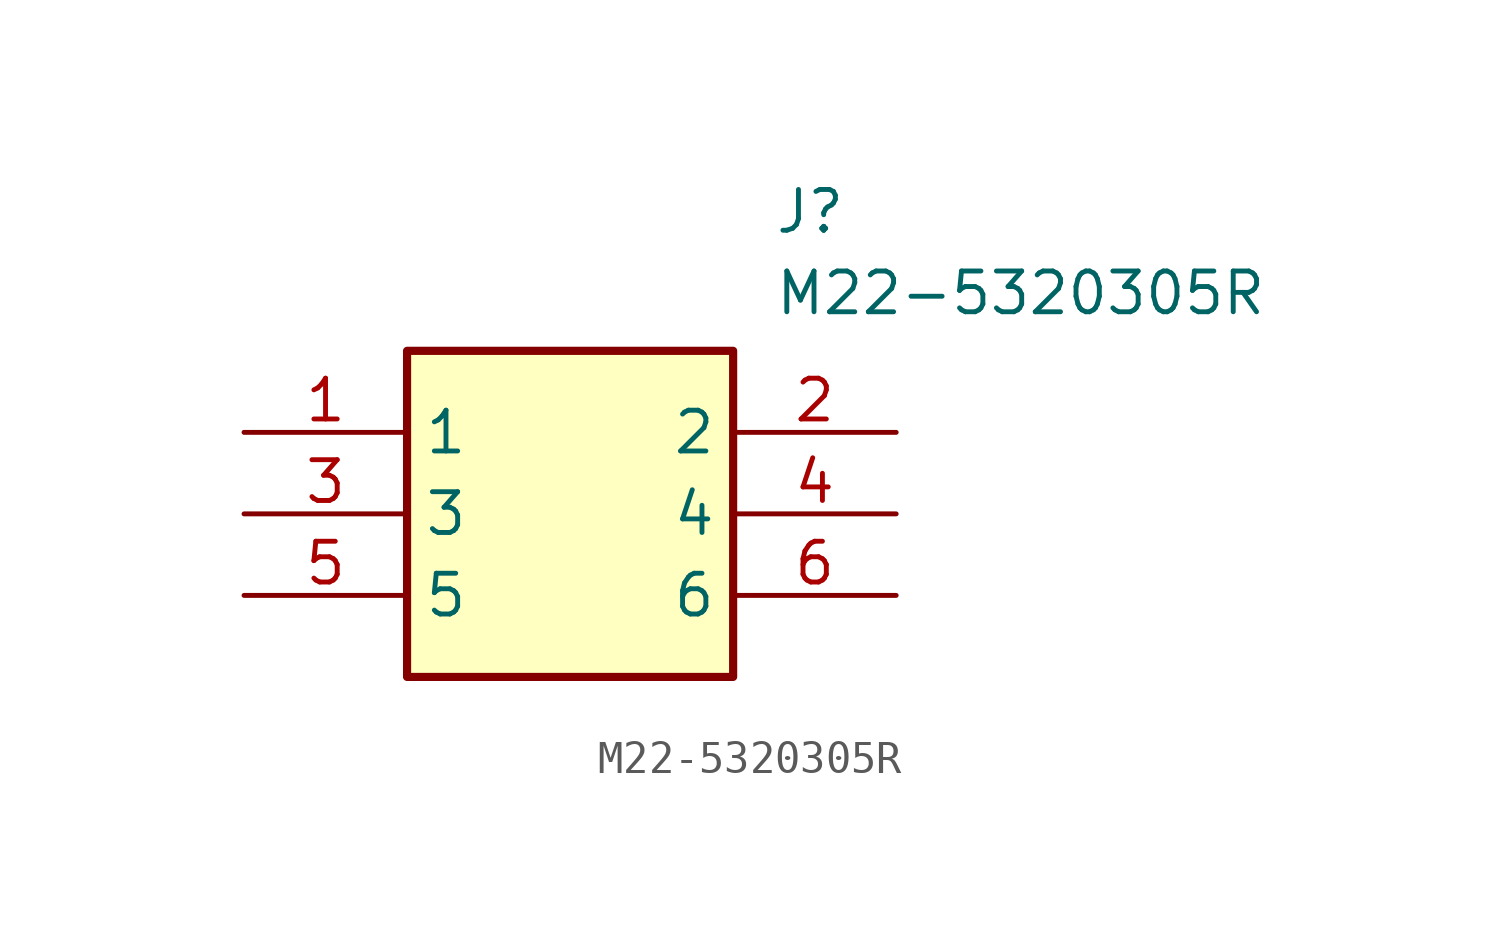
<source format=kicad_sym>
(kicad_symbol_lib
  (version 20211014)
  (generator SamacSys_ECAD_Model)
  (symbol "M22-5320305R"
    (property "Reference" "J"
      (at 16.51 7.62 0)
      (effects (font (size 1.27 1.27)) (justify left top)))
    (property "Value" "M22-5320305R"
      (at 16.51 5.08 0)
      (effects (font (size 1.27 1.27)) (justify left top)))
    (rectangle
      (start 5.08 2.54)
      (end 15.24 -7.62)
      (stroke (width 0.254) (type default))
      (fill (type background)))
    (pin passive line
      (at 0 0 0)
      (length 5.08)
      (name "1" (effects (font (size 1.27 1.27))))
      (number "1" (effects (font (size 1.27 1.27)))))
    (pin passive line
      (at 20.32 0 180)
      (length 5.08)
      (name "2" (effects (font (size 1.27 1.27))))
      (number "2" (effects (font (size 1.27 1.27)))))
    (pin passive line
      (at 0 -2.54 0)
      (length 5.08)
      (name "3" (effects (font (size 1.27 1.27))))
      (number "3" (effects (font (size 1.27 1.27)))))
    (pin passive line
      (at 20.32 -2.54 180)
      (length 5.08)
      (name "4" (effects (font (size 1.27 1.27))))
      (number "4" (effects (font (size 1.27 1.27)))))
    (pin passive line
      (at 0 -5.08 0)
      (length 5.08)
      (name "5" (effects (font (size 1.27 1.27))))
      (number "5" (effects (font (size 1.27 1.27)))))
    (pin passive line
      (at 20.32 -5.08 180)
      (length 5.08)
      (name "6" (effects (font (size 1.27 1.27))))
      (number "6" (effects (font (size 1.27 1.27)))))))
</source>
